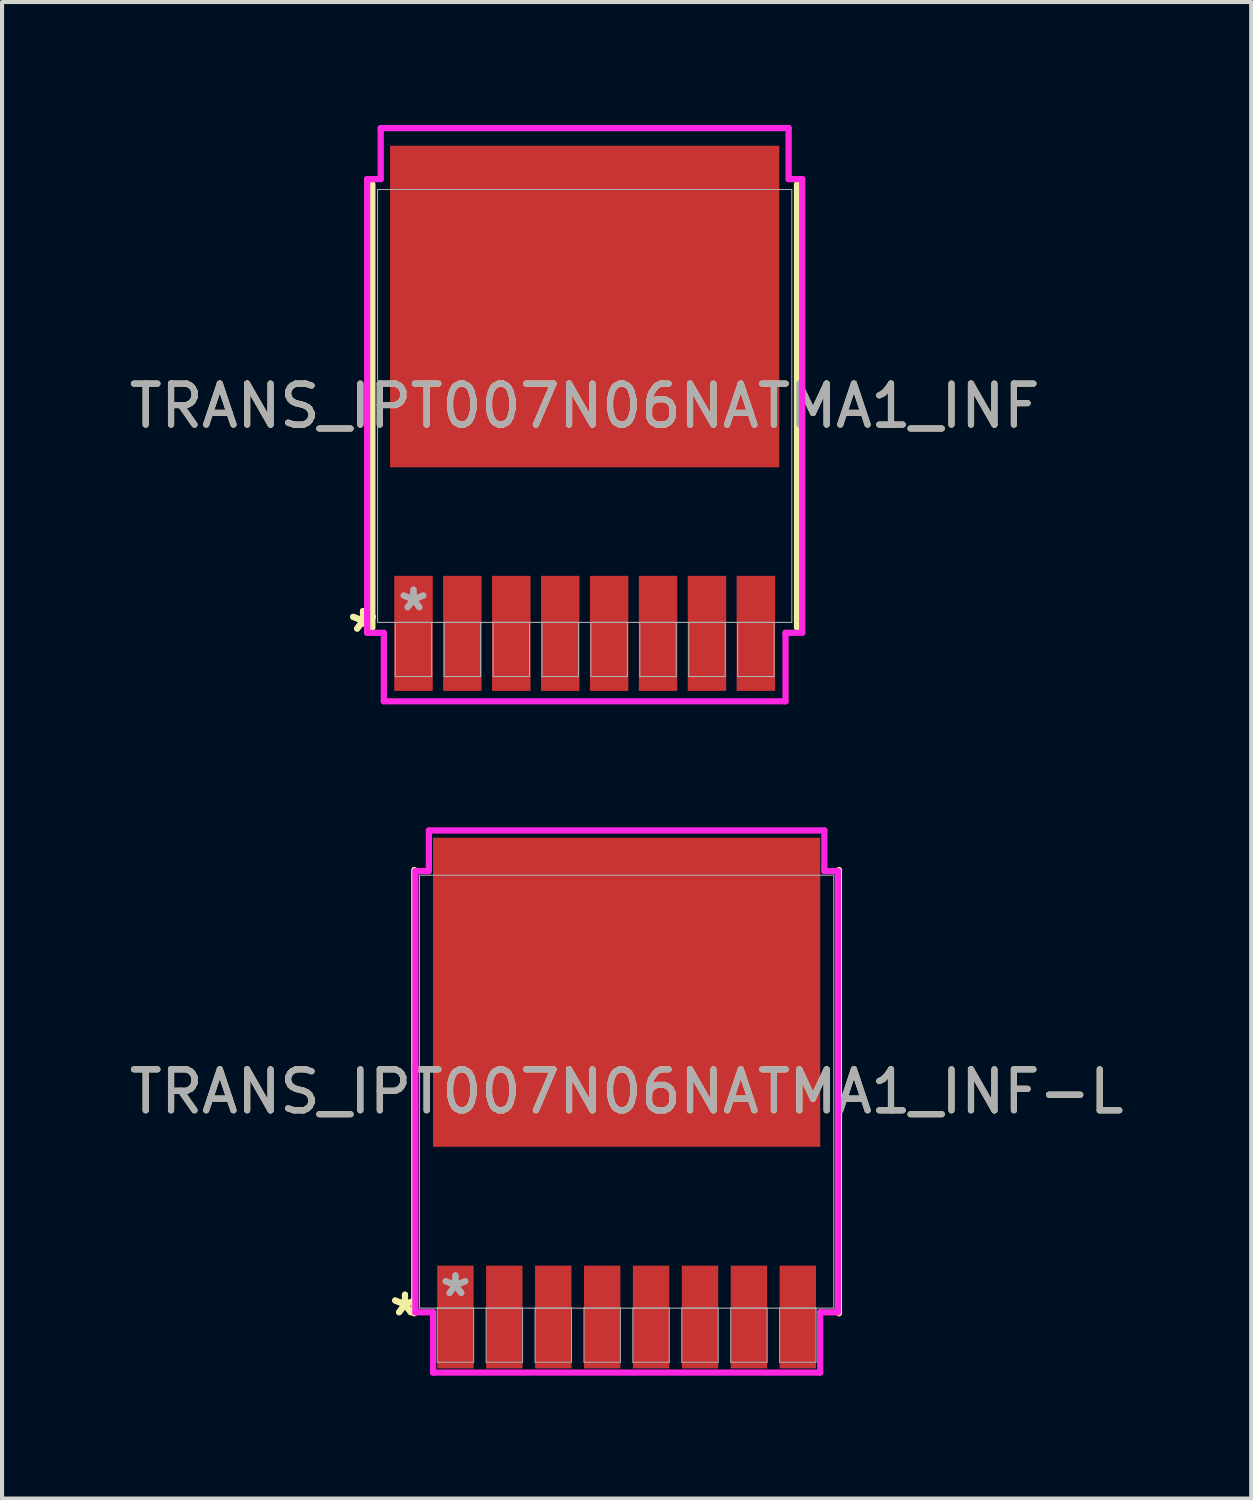
<source format=kicad_pcb>
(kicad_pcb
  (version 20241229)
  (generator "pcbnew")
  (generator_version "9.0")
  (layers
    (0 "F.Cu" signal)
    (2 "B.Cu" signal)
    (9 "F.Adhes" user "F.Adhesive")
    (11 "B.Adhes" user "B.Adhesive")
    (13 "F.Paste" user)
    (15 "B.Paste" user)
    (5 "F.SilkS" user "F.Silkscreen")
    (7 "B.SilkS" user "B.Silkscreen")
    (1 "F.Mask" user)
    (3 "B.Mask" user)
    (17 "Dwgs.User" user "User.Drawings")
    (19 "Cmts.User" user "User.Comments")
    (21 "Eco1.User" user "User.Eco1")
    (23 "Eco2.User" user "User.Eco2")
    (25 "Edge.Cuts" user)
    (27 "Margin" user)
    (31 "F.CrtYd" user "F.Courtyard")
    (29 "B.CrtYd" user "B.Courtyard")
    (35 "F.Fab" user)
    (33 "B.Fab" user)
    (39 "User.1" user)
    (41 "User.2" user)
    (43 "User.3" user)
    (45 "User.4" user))
  (footprint "TRANS_IPT007N06NATMA1_INF"
    (layer "F.Cu")
    (at 11.22 6.858)
    (property "Reference" "TRANS_IPT007N06NATMA1_INF" (at 0 0 0) (unlocked yes) (layer "F.SilkS") (effects (font (size 1 1) (thickness 0.15))))
    (attr smd)
    (fp_line (start -5.182 -5.41) (end -5.182 5.41) (stroke (width 0.152) (type solid)) (layer "F.SilkS"))
    (fp_line (start 5.182 5.41) (end 5.182 -5.41) (stroke (width 0.152) (type solid)) (layer "F.SilkS"))
    (fp_line (start -5.309 -5.537) (end -4.978 -5.537) (stroke (width 0.152) (type solid)) (layer "F.CrtYd"))
    (fp_line (start -5.309 5.537) (end -5.309 -5.537) (stroke (width 0.152) (type solid)) (layer "F.CrtYd"))
    (fp_line (start -4.978 -6.782) (end 4.978 -6.782) (stroke (width 0.152) (type solid)) (layer "F.CrtYd"))
    (fp_line (start -4.978 -5.537) (end -4.978 -6.782) (stroke (width 0.152) (type solid)) (layer "F.CrtYd"))
    (fp_line (start -4.902 5.537) (end -5.309 5.537) (stroke (width 0.152) (type solid)) (layer "F.CrtYd"))
    (fp_line (start -4.902 7.208) (end -4.902 5.537) (stroke (width 0.152) (type solid)) (layer "F.CrtYd"))
    (fp_line (start 4.902 5.537) (end 4.902 7.208) (stroke (width 0.152) (type solid)) (layer "F.CrtYd"))
    (fp_line (start 4.902 7.208) (end -4.902 7.208) (stroke (width 0.152) (type solid)) (layer "F.CrtYd"))
    (fp_line (start 4.978 -6.782) (end 4.978 -5.537) (stroke (width 0.152) (type solid)) (layer "F.CrtYd"))
    (fp_line (start 4.978 -5.537) (end 5.309 -5.537) (stroke (width 0.152) (type solid)) (layer "F.CrtYd"))
    (fp_line (start 5.309 -5.537) (end 5.309 5.537) (stroke (width 0.152) (type solid)) (layer "F.CrtYd"))
    (fp_line (start 5.309 5.537) (end 4.902 5.537) (stroke (width 0.152) (type solid)) (layer "F.CrtYd"))
    (fp_line (start -5.055 -5.283) (end -5.055 5.283) (stroke (width 0.025) (type solid)) (layer "F.Fab"))
    (fp_line (start -5.055 5.283) (end 5.055 5.283) (stroke (width 0.025) (type solid)) (layer "F.Fab"))
    (fp_line (start -4.623 5.283) (end -4.623 6.604) (stroke (width 0.025) (type solid)) (layer "F.Fab"))
    (fp_line (start -4.623 6.604) (end -3.734 6.604) (stroke (width 0.025) (type solid)) (layer "F.Fab"))
    (fp_line (start -3.734 5.283) (end -4.623 5.283) (stroke (width 0.025) (type solid)) (layer "F.Fab"))
    (fp_line (start -3.734 6.604) (end -3.734 5.283) (stroke (width 0.025) (type solid)) (layer "F.Fab"))
    (fp_line (start -3.429 5.283) (end -3.429 6.604) (stroke (width 0.025) (type solid)) (layer "F.Fab"))
    (fp_line (start -3.429 6.604) (end -2.54 6.604) (stroke (width 0.025) (type solid)) (layer "F.Fab"))
    (fp_line (start -2.54 5.283) (end -3.429 5.283) (stroke (width 0.025) (type solid)) (layer "F.Fab"))
    (fp_line (start -2.54 6.604) (end -2.54 5.283) (stroke (width 0.025) (type solid)) (layer "F.Fab"))
    (fp_line (start -2.235 5.283) (end -2.235 6.604) (stroke (width 0.025) (type solid)) (layer "F.Fab"))
    (fp_line (start -2.235 6.604) (end -1.346 6.604) (stroke (width 0.025) (type solid)) (layer "F.Fab"))
    (fp_line (start -1.346 5.283) (end -2.235 5.283) (stroke (width 0.025) (type solid)) (layer "F.Fab"))
    (fp_line (start -1.346 6.604) (end -1.346 5.283) (stroke (width 0.025) (type solid)) (layer "F.Fab"))
    (fp_line (start -1.041 5.283) (end -1.041 6.604) (stroke (width 0.025) (type solid)) (layer "F.Fab"))
    (fp_line (start -1.041 6.604) (end -0.152 6.604) (stroke (width 0.025) (type solid)) (layer "F.Fab"))
    (fp_line (start -0.152 5.283) (end -1.041 5.283) (stroke (width 0.025) (type solid)) (layer "F.Fab"))
    (fp_line (start -0.152 6.604) (end -0.152 5.283) (stroke (width 0.025) (type solid)) (layer "F.Fab"))
    (fp_line (start 0.152 5.283) (end 0.152 6.604) (stroke (width 0.025) (type solid)) (layer "F.Fab"))
    (fp_line (start 0.152 6.604) (end 1.041 6.604) (stroke (width 0.025) (type solid)) (layer "F.Fab"))
    (fp_line (start 1.041 5.283) (end 0.152 5.283) (stroke (width 0.025) (type solid)) (layer "F.Fab"))
    (fp_line (start 1.041 6.604) (end 1.041 5.283) (stroke (width 0.025) (type solid)) (layer "F.Fab"))
    (fp_line (start 1.346 5.283) (end 1.346 6.604) (stroke (width 0.025) (type solid)) (layer "F.Fab"))
    (fp_line (start 1.346 6.604) (end 2.235 6.604) (stroke (width 0.025) (type solid)) (layer "F.Fab"))
    (fp_line (start 2.235 5.283) (end 1.346 5.283) (stroke (width 0.025) (type solid)) (layer "F.Fab"))
    (fp_line (start 2.235 6.604) (end 2.235 5.283) (stroke (width 0.025) (type solid)) (layer "F.Fab"))
    (fp_line (start 2.54 5.283) (end 2.54 6.604) (stroke (width 0.025) (type solid)) (layer "F.Fab"))
    (fp_line (start 2.54 6.604) (end 3.429 6.604) (stroke (width 0.025) (type solid)) (layer "F.Fab"))
    (fp_line (start 3.429 5.283) (end 2.54 5.283) (stroke (width 0.025) (type solid)) (layer "F.Fab"))
    (fp_line (start 3.429 6.604) (end 3.429 5.283) (stroke (width 0.025) (type solid)) (layer "F.Fab"))
    (fp_line (start 3.734 5.283) (end 3.734 6.604) (stroke (width 0.025) (type solid)) (layer "F.Fab"))
    (fp_line (start 3.734 6.604) (end 4.623 6.604) (stroke (width 0.025) (type solid)) (layer "F.Fab"))
    (fp_line (start 4.623 5.283) (end 3.734 5.283) (stroke (width 0.025) (type solid)) (layer "F.Fab"))
    (fp_line (start 4.623 6.604) (end 4.623 5.283) (stroke (width 0.025) (type solid)) (layer "F.Fab"))
    (fp_line (start 5.055 -5.283) (end -5.055 -5.283) (stroke (width 0.025) (type solid)) (layer "F.Fab"))
    (fp_line (start 5.055 5.283) (end 5.055 -5.283) (stroke (width 0.025) (type solid)) (layer "F.Fab"))
    (fp_text user "*" (at -5.41 5.55 0) (unlocked yes) (layer "F.SilkS") (effects (font (size 1 1) (thickness 0.15))))
    (fp_text user "*" (at -5.41 5.55 0) (layer "F.SilkS") (effects (font (size 1 1) (thickness 0.15))))
    (fp_text user "${REFERENCE}" (at 0 0 0) (unlocked yes) (layer "F.Fab") (effects (font (size 1 1) (thickness 0.15))))
    (fp_text user "*" (at -4.178 5.029 0) (layer "F.Fab") (effects (font (size 1 1) (thickness 0.15))))
    (fp_text user "*" (at -4.178 5.029 0) (unlocked yes) (layer "F.Fab") (effects (font (size 1 1) (thickness 0.15))))
    (pad "1" smd rect (at -4.178 5.55) (size 0.939 2.808) (layers "F.Cu" "F.Mask" "F.Paste"))
    (pad "2" smd rect (at -2.985 5.55) (size 0.939 2.808) (layers "F.Cu" "F.Mask" "F.Paste"))
    (pad "3" smd rect (at -1.791 5.55) (size 0.939 2.808) (layers "F.Cu" "F.Mask" "F.Paste"))
    (pad "4" smd rect (at -0.597 5.55) (size 0.939 2.808) (layers "F.Cu" "F.Mask" "F.Paste"))
    (pad "5" smd rect (at 0.597 5.55) (size 0.939 2.808) (layers "F.Cu" "F.Mask" "F.Paste"))
    (pad "6" smd rect (at 1.791 5.55) (size 0.939 2.808) (layers "F.Cu" "F.Mask" "F.Paste"))
    (pad "7" smd rect (at 2.985 5.55) (size 0.939 2.808) (layers "F.Cu" "F.Mask" "F.Paste"))
    (pad "8" smd rect (at 4.178 5.55) (size 0.939 2.808) (layers "F.Cu" "F.Mask" "F.Paste"))
    (pad "9" smd rect (at 0 -2.426) (size 9.5 7.849) (layers "F.Cu" "F.Mask" "F.Paste")))
  (footprint "TRANS_IPT007N06NATMA1_INF-L"
    (layer "F.Cu")
    (at 12.244 23.594)
    (property "Reference" "TRANS_IPT007N06NATMA1_INF-L" (at 0 0 0) (unlocked yes) (layer "F.SilkS") (effects (font (size 1 1) (thickness 0.15))))
    (attr smd)
    (fp_line (start -5.182 -5.41) (end -5.182 5.41) (stroke (width 0.152) (type solid)) (layer "F.SilkS"))
    (fp_line (start 5.182 5.41) (end 5.182 -5.41) (stroke (width 0.152) (type solid)) (layer "F.SilkS"))
    (fp_line (start -5.156 -5.385) (end -4.826 -5.385) (stroke (width 0.152) (type solid)) (layer "F.CrtYd"))
    (fp_line (start -5.156 5.385) (end -5.156 -5.385) (stroke (width 0.152) (type solid)) (layer "F.CrtYd"))
    (fp_line (start -4.826 -6.375) (end 4.826 -6.375) (stroke (width 0.152) (type solid)) (layer "F.CrtYd"))
    (fp_line (start -4.826 -5.385) (end -4.826 -6.375) (stroke (width 0.152) (type solid)) (layer "F.CrtYd"))
    (fp_line (start -4.724 5.385) (end -5.156 5.385) (stroke (width 0.152) (type solid)) (layer "F.CrtYd"))
    (fp_line (start -4.724 6.856) (end -4.724 5.385) (stroke (width 0.152) (type solid)) (layer "F.CrtYd"))
    (fp_line (start 4.724 5.385) (end 4.724 6.856) (stroke (width 0.152) (type solid)) (layer "F.CrtYd"))
    (fp_line (start 4.724 6.856) (end -4.724 6.856) (stroke (width 0.152) (type solid)) (layer "F.CrtYd"))
    (fp_line (start 4.826 -6.375) (end 4.826 -5.385) (stroke (width 0.152) (type solid)) (layer "F.CrtYd"))
    (fp_line (start 4.826 -5.385) (end 5.156 -5.385) (stroke (width 0.152) (type solid)) (layer "F.CrtYd"))
    (fp_line (start 5.156 -5.385) (end 5.156 5.385) (stroke (width 0.152) (type solid)) (layer "F.CrtYd"))
    (fp_line (start 5.156 5.385) (end 4.724 5.385) (stroke (width 0.152) (type solid)) (layer "F.CrtYd"))
    (fp_line (start -5.055 -5.283) (end -5.055 5.283) (stroke (width 0.025) (type solid)) (layer "F.Fab"))
    (fp_line (start -5.055 5.283) (end 5.055 5.283) (stroke (width 0.025) (type solid)) (layer "F.Fab"))
    (fp_line (start -4.623 5.283) (end -4.623 6.604) (stroke (width 0.025) (type solid)) (layer "F.Fab"))
    (fp_line (start -4.623 6.604) (end -3.734 6.604) (stroke (width 0.025) (type solid)) (layer "F.Fab"))
    (fp_line (start -3.734 5.283) (end -4.623 5.283) (stroke (width 0.025) (type solid)) (layer "F.Fab"))
    (fp_line (start -3.734 6.604) (end -3.734 5.283) (stroke (width 0.025) (type solid)) (layer "F.Fab"))
    (fp_line (start -3.429 5.283) (end -3.429 6.604) (stroke (width 0.025) (type solid)) (layer "F.Fab"))
    (fp_line (start -3.429 6.604) (end -2.54 6.604) (stroke (width 0.025) (type solid)) (layer "F.Fab"))
    (fp_line (start -2.54 5.283) (end -3.429 5.283) (stroke (width 0.025) (type solid)) (layer "F.Fab"))
    (fp_line (start -2.54 6.604) (end -2.54 5.283) (stroke (width 0.025) (type solid)) (layer "F.Fab"))
    (fp_line (start -2.235 5.283) (end -2.235 6.604) (stroke (width 0.025) (type solid)) (layer "F.Fab"))
    (fp_line (start -2.235 6.604) (end -1.346 6.604) (stroke (width 0.025) (type solid)) (layer "F.Fab"))
    (fp_line (start -1.346 5.283) (end -2.235 5.283) (stroke (width 0.025) (type solid)) (layer "F.Fab"))
    (fp_line (start -1.346 6.604) (end -1.346 5.283) (stroke (width 0.025) (type solid)) (layer "F.Fab"))
    (fp_line (start -1.041 5.283) (end -1.041 6.604) (stroke (width 0.025) (type solid)) (layer "F.Fab"))
    (fp_line (start -1.041 6.604) (end -0.152 6.604) (stroke (width 0.025) (type solid)) (layer "F.Fab"))
    (fp_line (start -0.152 5.283) (end -1.041 5.283) (stroke (width 0.025) (type solid)) (layer "F.Fab"))
    (fp_line (start -0.152 6.604) (end -0.152 5.283) (stroke (width 0.025) (type solid)) (layer "F.Fab"))
    (fp_line (start 0.152 5.283) (end 0.152 6.604) (stroke (width 0.025) (type solid)) (layer "F.Fab"))
    (fp_line (start 0.152 6.604) (end 1.041 6.604) (stroke (width 0.025) (type solid)) (layer "F.Fab"))
    (fp_line (start 1.041 5.283) (end 0.152 5.283) (stroke (width 0.025) (type solid)) (layer "F.Fab"))
    (fp_line (start 1.041 6.604) (end 1.041 5.283) (stroke (width 0.025) (type solid)) (layer "F.Fab"))
    (fp_line (start 1.346 5.283) (end 1.346 6.604) (stroke (width 0.025) (type solid)) (layer "F.Fab"))
    (fp_line (start 1.346 6.604) (end 2.235 6.604) (stroke (width 0.025) (type solid)) (layer "F.Fab"))
    (fp_line (start 2.235 5.283) (end 1.346 5.283) (stroke (width 0.025) (type solid)) (layer "F.Fab"))
    (fp_line (start 2.235 6.604) (end 2.235 5.283) (stroke (width 0.025) (type solid)) (layer "F.Fab"))
    (fp_line (start 2.54 5.283) (end 2.54 6.604) (stroke (width 0.025) (type solid)) (layer "F.Fab"))
    (fp_line (start 2.54 6.604) (end 3.429 6.604) (stroke (width 0.025) (type solid)) (layer "F.Fab"))
    (fp_line (start 3.429 5.283) (end 2.54 5.283) (stroke (width 0.025) (type solid)) (layer "F.Fab"))
    (fp_line (start 3.429 6.604) (end 3.429 5.283) (stroke (width 0.025) (type solid)) (layer "F.Fab"))
    (fp_line (start 3.734 5.283) (end 3.734 6.604) (stroke (width 0.025) (type solid)) (layer "F.Fab"))
    (fp_line (start 3.734 6.604) (end 4.623 6.604) (stroke (width 0.025) (type solid)) (layer "F.Fab"))
    (fp_line (start 4.623 5.283) (end 3.734 5.283) (stroke (width 0.025) (type solid)) (layer "F.Fab"))
    (fp_line (start 4.623 6.604) (end 4.623 5.283) (stroke (width 0.025) (type solid)) (layer "F.Fab"))
    (fp_line (start 5.055 -5.283) (end -5.055 -5.283) (stroke (width 0.025) (type solid)) (layer "F.Fab"))
    (fp_line (start 5.055 5.283) (end 5.055 -5.283) (stroke (width 0.025) (type solid)) (layer "F.Fab"))
    (fp_text user "*" (at -5.41 5.5 0) (layer "F.SilkS") (effects (font (size 1 1) (thickness 0.15))))
    (fp_text user "*" (at -5.41 5.5 0) (unlocked yes) (layer "F.SilkS") (effects (font (size 1 1) (thickness 0.15))))
    (fp_text user "${REFERENCE}" (at 0 0 0) (unlocked yes) (layer "F.Fab") (effects (font (size 1 1) (thickness 0.15))))
    (fp_text user "*" (at -4.178 5.029 0) (layer "F.Fab") (effects (font (size 1 1) (thickness 0.15))))
    (fp_text user "*" (at -4.178 5.029 0) (unlocked yes) (layer "F.Fab") (effects (font (size 1 1) (thickness 0.15))))
    (pad "1" smd rect (at -4.178 5.5) (size 0.889 2.508) (layers "F.Cu" "F.Mask" "F.Paste"))
    (pad "2" smd rect (at -2.985 5.5) (size 0.889 2.508) (layers "F.Cu" "F.Mask" "F.Paste"))
    (pad "3" smd rect (at -1.791 5.5) (size 0.889 2.508) (layers "F.Cu" "F.Mask" "F.Paste"))
    (pad "4" smd rect (at -0.597 5.5) (size 0.889 2.508) (layers "F.Cu" "F.Mask" "F.Paste"))
    (pad "5" smd rect (at 0.597 5.5) (size 0.889 2.508) (layers "F.Cu" "F.Mask" "F.Paste"))
    (pad "6" smd rect (at 1.791 5.5) (size 0.889 2.508) (layers "F.Cu" "F.Mask" "F.Paste"))
    (pad "7" smd rect (at 2.985 5.5) (size 0.889 2.508) (layers "F.Cu" "F.Mask" "F.Paste"))
    (pad "8" smd rect (at 4.178 5.5) (size 0.889 2.508) (layers "F.Cu" "F.Mask" "F.Paste"))
    (pad "9" smd rect (at 0 -2.426) (size 9.449 7.544) (layers "F.Cu" "F.Mask" "F.Paste")))
  (gr_rect
    (start -3 -3)
    (end 27.488 33.526)
    (stroke (width 0.1) (type default))
    (fill no)
    (layer "Edge.Cuts")))
</source>
